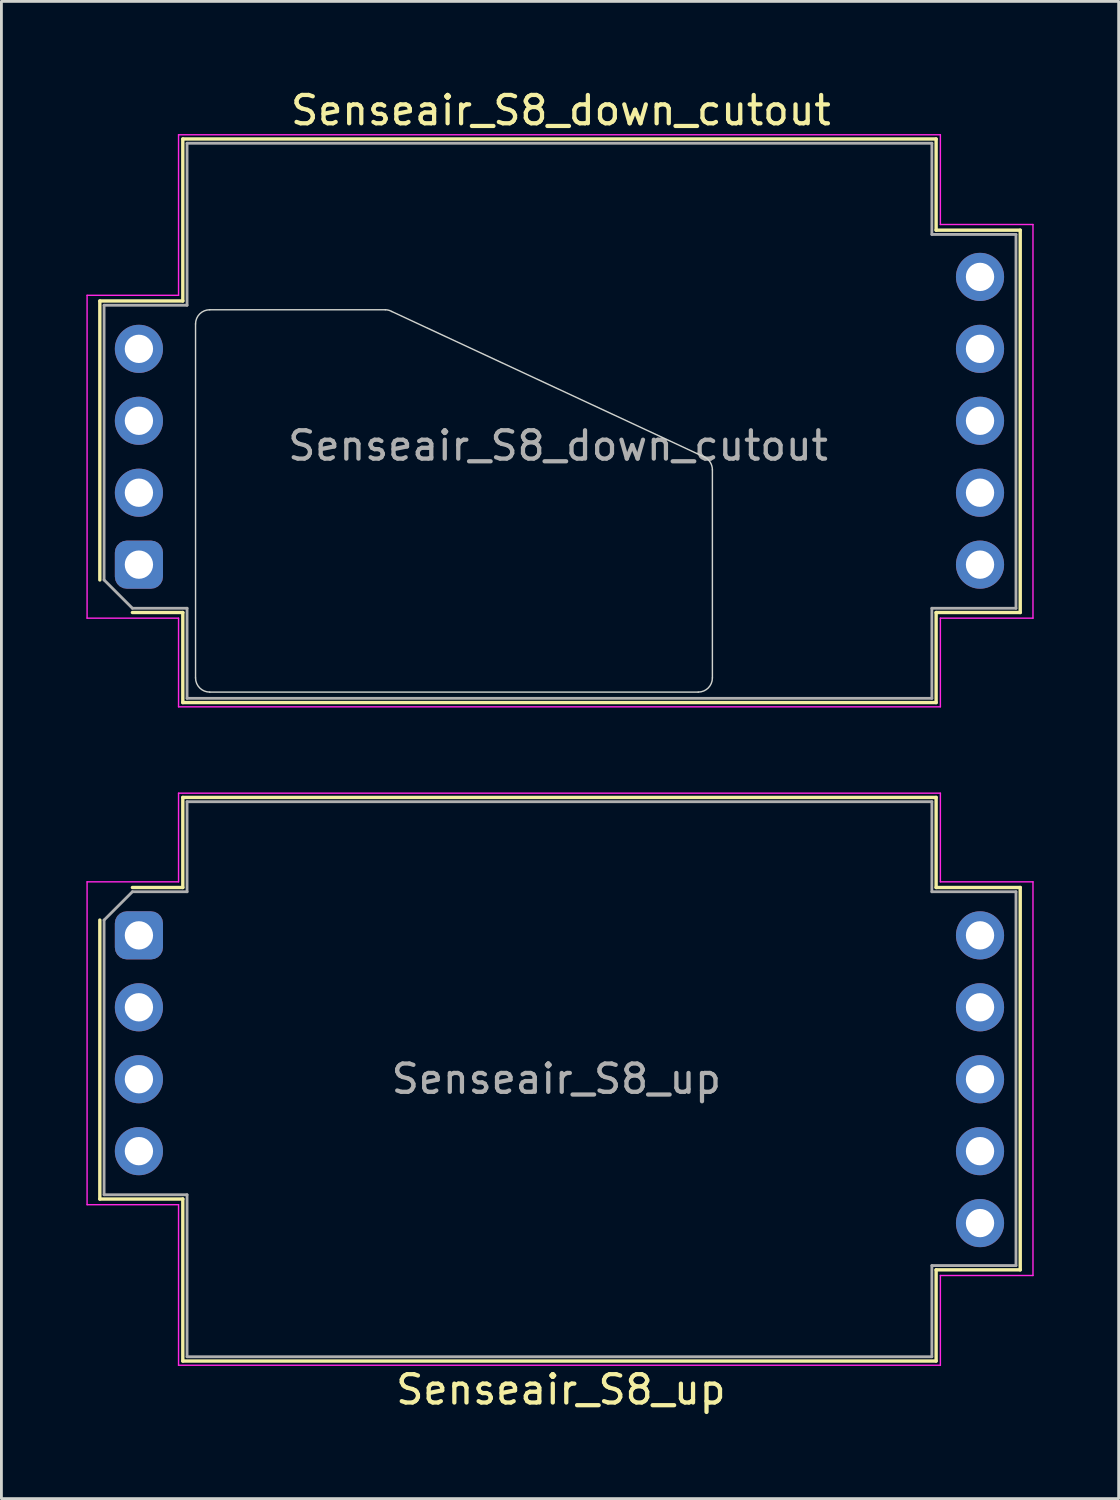
<source format=kicad_pcb>
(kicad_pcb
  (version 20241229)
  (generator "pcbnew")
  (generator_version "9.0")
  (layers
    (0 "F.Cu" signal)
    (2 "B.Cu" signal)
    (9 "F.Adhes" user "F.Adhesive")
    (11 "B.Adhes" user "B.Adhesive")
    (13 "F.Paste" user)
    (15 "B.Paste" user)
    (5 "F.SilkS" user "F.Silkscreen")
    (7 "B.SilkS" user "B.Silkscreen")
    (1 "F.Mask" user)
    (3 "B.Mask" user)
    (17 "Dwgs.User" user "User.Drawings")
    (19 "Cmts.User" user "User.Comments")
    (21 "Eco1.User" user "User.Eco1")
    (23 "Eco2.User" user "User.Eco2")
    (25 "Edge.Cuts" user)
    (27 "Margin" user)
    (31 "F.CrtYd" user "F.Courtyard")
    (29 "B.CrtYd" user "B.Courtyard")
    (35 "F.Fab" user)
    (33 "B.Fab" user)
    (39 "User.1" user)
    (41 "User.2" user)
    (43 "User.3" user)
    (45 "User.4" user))
  (footprint "Senseair_S8_down_cutout"
    (layer "F.Cu")
    (at 1.855 16.888)
    (property "Reference" "Senseair_S8_down_cutout" (at 14.9 -16.04 180) (layer "F.SilkS") (effects (font (size 1 1) (thickness 0.15))))
    (attr through_hole)
    (fp_line (start -1.38 -9.31) (end -1.38 0.54) (stroke (width 0.12) (type solid)) (layer "F.SilkS"))
    (fp_line (start 1.55 -9.31) (end -1.38 -9.31) (stroke (width 0.12) (type solid)) (layer "F.SilkS"))
    (fp_line (start 1.55 -9.31) (end 1.55 -15.03) (stroke (width 0.12) (type solid)) (layer "F.SilkS"))
    (fp_line (start 1.55 1.69) (end -0.23 1.69) (stroke (width 0.12) (type solid)) (layer "F.SilkS"))
    (fp_line (start 1.55 4.87) (end 1.55 1.69) (stroke (width 0.12) (type solid)) (layer "F.SilkS"))
    (fp_line (start 1.55 4.87) (end 28.15 4.87) (stroke (width 0.12) (type solid)) (layer "F.SilkS"))
    (fp_line (start 28.15 -15.03) (end 1.55 -15.03) (stroke (width 0.12) (type solid)) (layer "F.SilkS"))
    (fp_line (start 28.15 -15.03) (end 28.15 -11.81) (stroke (width 0.12) (type solid)) (layer "F.SilkS"))
    (fp_line (start 28.15 1.69) (end 28.15 4.87) (stroke (width 0.12) (type solid)) (layer "F.SilkS"))
    (fp_line (start 31.12 -11.81) (end 28.15 -11.81) (stroke (width 0.12) (type solid)) (layer "F.SilkS"))
    (fp_line (start 31.12 -11.81) (end 31.12 1.69) (stroke (width 0.12) (type solid)) (layer "F.SilkS"))
    (fp_line (start 31.12 1.69) (end 28.15 1.69) (stroke (width 0.12) (type solid)) (layer "F.SilkS"))
    (fp_line (start 2 -8.5) (end 2 4) (stroke (width 0.05) (type solid)) (layer "Edge.Cuts"))
    (fp_line (start 2.5 4.5) (end 19.75 4.5) (stroke (width 0.05) (type solid)) (layer "Edge.Cuts"))
    (fp_line (start 8.7 -9) (end 2.5 -9) (stroke (width 0.05) (type solid)) (layer "Edge.Cuts"))
    (fp_line (start 19.961 -3.803) (end 8.925 -8.94) (stroke (width 0.05) (type solid)) (layer "Edge.Cuts"))
    (fp_line (start 20.25 4) (end 20.25 -3.35) (stroke (width 0.05) (type solid)) (layer "Edge.Cuts"))
    (fp_arc (start 2 -8.5) (mid 2.146447 -8.853553) (end 2.5 -9) (stroke (width 0.05) (type solid)) (layer "Edge.Cuts"))
    (fp_arc (start 2.5 4.5) (mid 2.146447 4.353553) (end 2 4) (stroke (width 0.05) (type solid)) (layer "Edge.Cuts"))
    (fp_arc (start 8.7 -9) (mid 8.816469 -8.984667) (end 8.925 -8.939711) (stroke (width 0.05) (type solid)) (layer "Edge.Cuts"))
    (fp_arc (start 19.961309 -3.803154) (mid 20.171696 -3.61865) (end 20.25 -3.35) (stroke (width 0.05) (type solid)) (layer "Edge.Cuts"))
    (fp_arc (start 20.25 4) (mid 20.103553 4.353553) (end 19.75 4.5) (stroke (width 0.05) (type solid)) (layer "Edge.Cuts"))
    (fp_line (start -1.83 -9.51) (end -1.83 1.89) (stroke (width 0.05) (type solid)) (layer "F.CrtYd"))
    (fp_line (start 1.4 -9.51) (end -1.83 -9.51) (stroke (width 0.05) (type solid)) (layer "F.CrtYd"))
    (fp_line (start 1.4 -9.51) (end 1.4 -15.18) (stroke (width 0.05) (type solid)) (layer "F.CrtYd"))
    (fp_line (start 1.4 1.89) (end -1.83 1.89) (stroke (width 0.05) (type solid)) (layer "F.CrtYd"))
    (fp_line (start 1.4 5.02) (end 1.4 1.89) (stroke (width 0.05) (type solid)) (layer "F.CrtYd"))
    (fp_line (start 1.4 5.02) (end 28.3 5.02) (stroke (width 0.05) (type solid)) (layer "F.CrtYd"))
    (fp_line (start 28.3 -15.18) (end 1.4 -15.18) (stroke (width 0.05) (type solid)) (layer "F.CrtYd"))
    (fp_line (start 28.3 -15.18) (end 28.3 -12.01) (stroke (width 0.05) (type solid)) (layer "F.CrtYd"))
    (fp_line (start 28.3 1.89) (end 28.3 5.02) (stroke (width 0.05) (type solid)) (layer "F.CrtYd"))
    (fp_line (start 31.57 -12.01) (end 28.3 -12.01) (stroke (width 0.05) (type solid)) (layer "F.CrtYd"))
    (fp_line (start 31.57 -12.01) (end 31.57 1.89) (stroke (width 0.05) (type solid)) (layer "F.CrtYd"))
    (fp_line (start 31.57 1.89) (end 28.3 1.89) (stroke (width 0.05) (type solid)) (layer "F.CrtYd"))
    (fp_line (start -1.23 -9.16) (end -1.23 0.54) (stroke (width 0.1) (type solid)) (layer "F.Fab"))
    (fp_line (start -1.23 0.54) (end -0.23 1.54) (stroke (width 0.1) (type solid)) (layer "F.Fab"))
    (fp_line (start 1.7 -9.16) (end -1.23 -9.16) (stroke (width 0.1) (type solid)) (layer "F.Fab"))
    (fp_line (start 1.7 -9.16) (end 1.7 -14.88) (stroke (width 0.1) (type solid)) (layer "F.Fab"))
    (fp_line (start 1.7 1.54) (end -0.23 1.54) (stroke (width 0.1) (type solid)) (layer "F.Fab"))
    (fp_line (start 1.7 4.72) (end 1.7 1.54) (stroke (width 0.1) (type solid)) (layer "F.Fab"))
    (fp_line (start 1.7 4.72) (end 28 4.72) (stroke (width 0.1) (type solid)) (layer "F.Fab"))
    (fp_line (start 28 -14.88) (end 1.7 -14.88) (stroke (width 0.1) (type solid)) (layer "F.Fab"))
    (fp_line (start 28 -14.88) (end 28 -11.66) (stroke (width 0.1) (type solid)) (layer "F.Fab"))
    (fp_line (start 28 1.54) (end 28 4.72) (stroke (width 0.1) (type solid)) (layer "F.Fab"))
    (fp_line (start 30.97 -11.66) (end 28 -11.66) (stroke (width 0.1) (type solid)) (layer "F.Fab"))
    (fp_line (start 30.97 -11.66) (end 30.97 1.54) (stroke (width 0.1) (type solid)) (layer "F.Fab"))
    (fp_line (start 30.97 1.54) (end 28 1.54) (stroke (width 0.1) (type solid)) (layer "F.Fab"))
    (fp_text user "${REFERENCE}" (at 14.8 -4.2 0) (layer "F.Fab") (effects (font (size 1 1) (thickness 0.15))))
    (pad "1" thru_hole roundrect (at 0 0) (size 1.7 1.7) (drill 1) (layers "*.Cu" "*.Mask") (roundrect_rratio 0.25))
    (pad "2" thru_hole circle (at 0 -2.54) (size 1.7 1.7) (drill 1) (layers "*.Cu" "*.Mask"))
    (pad "3" thru_hole circle (at 0 -5.08) (size 1.7 1.7) (drill 1) (layers "*.Cu" "*.Mask"))
    (pad "4" thru_hole circle (at 0 -7.62) (size 1.7 1.7) (drill 1) (layers "*.Cu" "*.Mask"))
    (pad "5" thru_hole circle (at 29.7 -10.16) (size 1.7 1.7) (drill 1) (layers "*.Cu" "*.Mask"))
    (pad "6" thru_hole circle (at 29.7 -7.62) (size 1.7 1.7) (drill 1) (layers "*.Cu" "*.Mask"))
    (pad "7" thru_hole circle (at 29.7 -5.08) (size 1.7 1.7) (drill 1) (layers "*.Cu" "*.Mask"))
    (pad "8" thru_hole circle (at 29.7 -2.54) (size 1.7 1.7) (drill 1) (layers "*.Cu" "*.Mask"))
    (pad "9" thru_hole circle (at 29.7 0) (size 1.7 1.7) (drill 1) (layers "*.Cu" "*.Mask")))
  (footprint "Senseair_S8_up"
    (layer "F.Cu")
    (at 1.855 29.978)
    (property "Reference" "Senseair_S8_up" (at 14.9 16.04 0) (layer "F.SilkS") (effects (font (size 1 1) (thickness 0.15))))
    (attr through_hole)
    (fp_line (start -1.38 9.31) (end -1.38 -0.54) (stroke (width 0.12) (type solid)) (layer "F.SilkS"))
    (fp_line (start 1.55 -4.87) (end 1.55 -1.69) (stroke (width 0.12) (type solid)) (layer "F.SilkS"))
    (fp_line (start 1.55 -4.87) (end 28.15 -4.87) (stroke (width 0.12) (type solid)) (layer "F.SilkS"))
    (fp_line (start 1.55 -1.69) (end -0.23 -1.69) (stroke (width 0.12) (type solid)) (layer "F.SilkS"))
    (fp_line (start 1.55 9.31) (end -1.38 9.31) (stroke (width 0.12) (type solid)) (layer "F.SilkS"))
    (fp_line (start 1.55 9.31) (end 1.55 15.03) (stroke (width 0.12) (type solid)) (layer "F.SilkS"))
    (fp_line (start 28.15 -1.69) (end 28.15 -4.87) (stroke (width 0.12) (type solid)) (layer "F.SilkS"))
    (fp_line (start 28.15 15.03) (end 1.55 15.03) (stroke (width 0.12) (type solid)) (layer "F.SilkS"))
    (fp_line (start 28.15 15.03) (end 28.15 11.81) (stroke (width 0.12) (type solid)) (layer "F.SilkS"))
    (fp_line (start 31.12 -1.69) (end 28.15 -1.69) (stroke (width 0.12) (type solid)) (layer "F.SilkS"))
    (fp_line (start 31.12 11.81) (end 28.15 11.81) (stroke (width 0.12) (type solid)) (layer "F.SilkS"))
    (fp_line (start 31.12 11.81) (end 31.12 -1.69) (stroke (width 0.12) (type solid)) (layer "F.SilkS"))
    (fp_line (start -1.83 9.51) (end -1.83 -1.89) (stroke (width 0.05) (type solid)) (layer "F.CrtYd"))
    (fp_line (start 1.4 -5.02) (end 1.4 -1.89) (stroke (width 0.05) (type solid)) (layer "F.CrtYd"))
    (fp_line (start 1.4 -5.02) (end 28.3 -5.02) (stroke (width 0.05) (type solid)) (layer "F.CrtYd"))
    (fp_line (start 1.4 -1.89) (end -1.83 -1.89) (stroke (width 0.05) (type solid)) (layer "F.CrtYd"))
    (fp_line (start 1.4 9.51) (end -1.83 9.51) (stroke (width 0.05) (type solid)) (layer "F.CrtYd"))
    (fp_line (start 1.4 9.51) (end 1.4 15.18) (stroke (width 0.05) (type solid)) (layer "F.CrtYd"))
    (fp_line (start 28.3 -1.89) (end 28.3 -5.02) (stroke (width 0.05) (type solid)) (layer "F.CrtYd"))
    (fp_line (start 28.3 15.18) (end 1.4 15.18) (stroke (width 0.05) (type solid)) (layer "F.CrtYd"))
    (fp_line (start 28.3 15.18) (end 28.3 12.01) (stroke (width 0.05) (type solid)) (layer "F.CrtYd"))
    (fp_line (start 31.57 -1.89) (end 28.3 -1.89) (stroke (width 0.05) (type solid)) (layer "F.CrtYd"))
    (fp_line (start 31.57 12.01) (end 28.3 12.01) (stroke (width 0.05) (type solid)) (layer "F.CrtYd"))
    (fp_line (start 31.57 12.01) (end 31.57 -1.89) (stroke (width 0.05) (type solid)) (layer "F.CrtYd"))
    (fp_line (start -1.23 -0.54) (end -0.23 -1.54) (stroke (width 0.1) (type solid)) (layer "F.Fab"))
    (fp_line (start -1.23 9.16) (end -1.23 -0.54) (stroke (width 0.1) (type solid)) (layer "F.Fab"))
    (fp_line (start 1.7 -4.72) (end 1.7 -1.54) (stroke (width 0.1) (type solid)) (layer "F.Fab"))
    (fp_line (start 1.7 -4.72) (end 28 -4.72) (stroke (width 0.1) (type solid)) (layer "F.Fab"))
    (fp_line (start 1.7 -1.54) (end -0.23 -1.54) (stroke (width 0.1) (type solid)) (layer "F.Fab"))
    (fp_line (start 1.7 9.16) (end -1.23 9.16) (stroke (width 0.1) (type solid)) (layer "F.Fab"))
    (fp_line (start 1.7 9.16) (end 1.7 14.88) (stroke (width 0.1) (type solid)) (layer "F.Fab"))
    (fp_line (start 28 -1.54) (end 28 -4.72) (stroke (width 0.1) (type solid)) (layer "F.Fab"))
    (fp_line (start 28 14.88) (end 1.7 14.88) (stroke (width 0.1) (type solid)) (layer "F.Fab"))
    (fp_line (start 28 14.88) (end 28 11.66) (stroke (width 0.1) (type solid)) (layer "F.Fab"))
    (fp_line (start 30.97 -1.54) (end 28 -1.54) (stroke (width 0.1) (type solid)) (layer "F.Fab"))
    (fp_line (start 30.97 11.66) (end 28 11.66) (stroke (width 0.1) (type solid)) (layer "F.Fab"))
    (fp_line (start 30.97 11.66) (end 30.97 -1.54) (stroke (width 0.1) (type solid)) (layer "F.Fab"))
    (fp_text user "${REFERENCE}" (at 14.74 5.07 180) (layer "F.Fab") (effects (font (size 1 1) (thickness 0.15))))
    (pad "1" thru_hole roundrect (at 0 0 180) (size 1.7 1.7) (drill 1) (layers "*.Cu" "*.Mask") (roundrect_rratio 0.25))
    (pad "2" thru_hole circle (at 0 2.54 180) (size 1.7 1.7) (drill 1) (layers "*.Cu" "*.Mask"))
    (pad "3" thru_hole circle (at 0 5.08 180) (size 1.7 1.7) (drill 1) (layers "*.Cu" "*.Mask"))
    (pad "4" thru_hole circle (at 0 7.62 180) (size 1.7 1.7) (drill 1) (layers "*.Cu" "*.Mask"))
    (pad "5" thru_hole circle (at 29.7 10.16 180) (size 1.7 1.7) (drill 1) (layers "*.Cu" "*.Mask"))
    (pad "6" thru_hole circle (at 29.7 7.62 180) (size 1.7 1.7) (drill 1) (layers "*.Cu" "*.Mask"))
    (pad "7" thru_hole circle (at 29.7 5.08 180) (size 1.7 1.7) (drill 1) (layers "*.Cu" "*.Mask"))
    (pad "8" thru_hole circle (at 29.7 2.54 180) (size 1.7 1.7) (drill 1) (layers "*.Cu" "*.Mask"))
    (pad "9" thru_hole circle (at 29.7 0 180) (size 1.7 1.7) (drill 1) (layers "*.Cu" "*.Mask")))
  (gr_rect
    (start -3 -3)
    (end 36.45 49.867)
    (stroke (width 0.1) (type default))
    (fill no)
    (layer "Edge.Cuts")))
</source>
